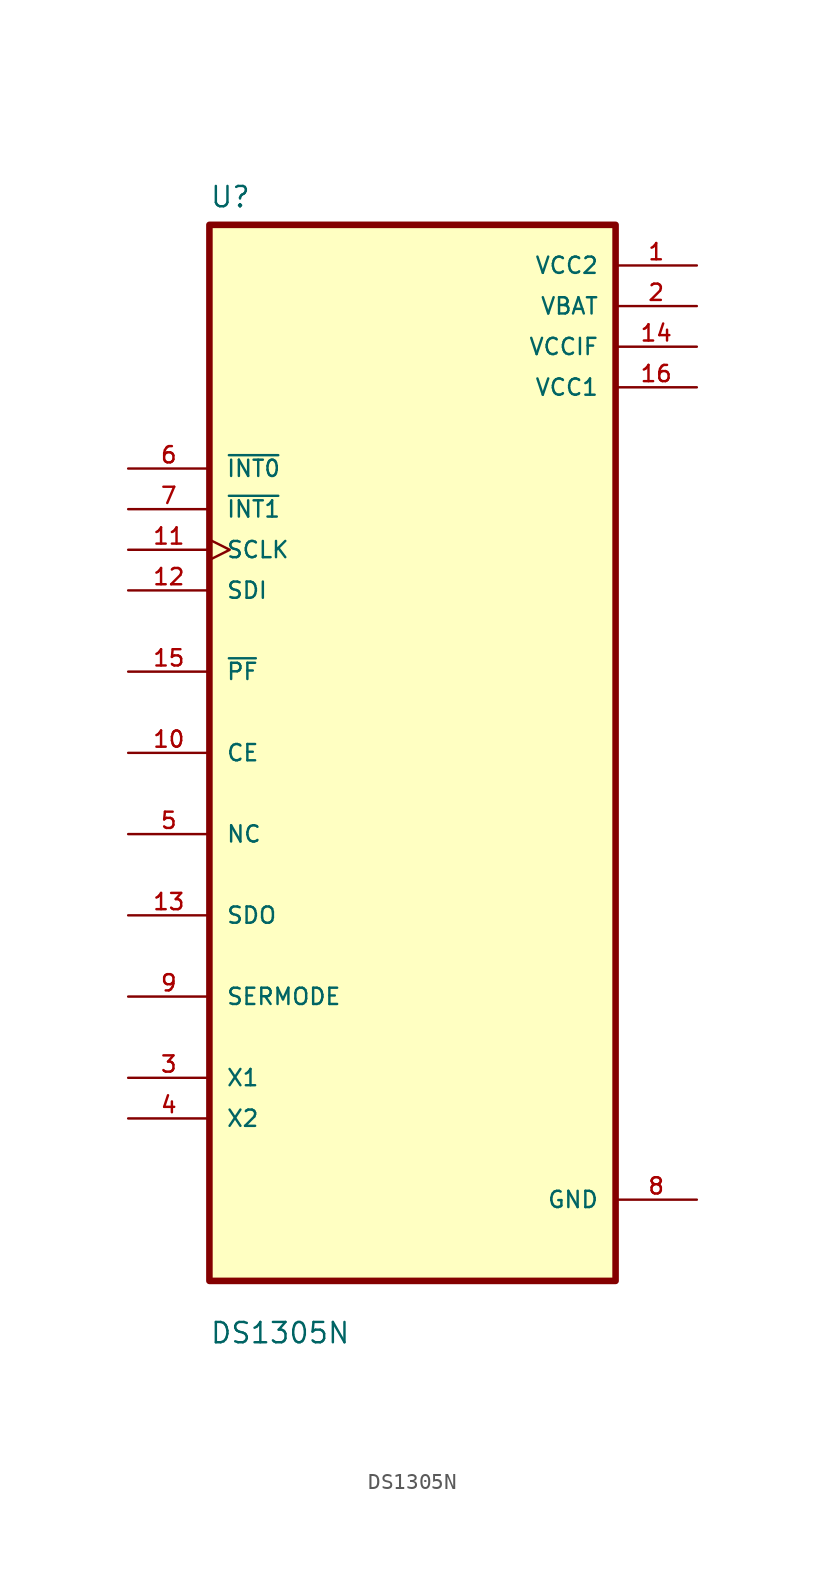
<source format=kicad_sym>
(kicad_symbol_lib
  (version 20211014)
  (generator kicad_symbol_editor)
  (symbol "DS1305N"
    (pin_names
      (offset 1.016))
    (property "Reference" "U"
      (at -12.7 34.02 0.0)
      (effects (font (size 1.27 1.27)) (justify bottom left)))
    (property "Value" "DS1305N"
      (at -12.7 -37.02 0.0)
      (effects (font (size 1.27 1.27)) (justify bottom left)))
    (symbol "DS1305N_0_0"
      (rectangle (start -12.7 -33.02) (end 12.7 33.02) (stroke (width 0.41)) (fill (type background)))
      (pin input line (at -17.78 17.78 0) (length 5.08) (name "~{INT0}" (effects (font (size 1.016 1.016)))) (number "6" (effects (font (size 1.016 1.016)))))
      (pin input line (at -17.78 15.24 0) (length 5.08) (name "~{INT1}" (effects (font (size 1.016 1.016)))) (number "7" (effects (font (size 1.016 1.016)))))
      (pin input clock (at -17.78 12.7 0) (length 5.08) (name "SCLK" (effects (font (size 1.016 1.016)))) (number "11" (effects (font (size 1.016 1.016)))))
      (pin input line (at -17.78 10.16 0) (length 5.08) (name "SDI" (effects (font (size 1.016 1.016)))) (number "12" (effects (font (size 1.016 1.016)))))
      (pin bidirectional line (at -17.78 5.08 0) (length 5.08) (name "~{PF}" (effects (font (size 1.016 1.016)))) (number "15" (effects (font (size 1.016 1.016)))))
      (pin bidirectional line (at -17.78 7.10543e-15 0) (length 5.08) (name "CE" (effects (font (size 1.016 1.016)))) (number "10" (effects (font (size 1.016 1.016)))))
      (pin bidirectional line (at -17.78 -5.08 0) (length 5.08) (name "NC" (effects (font (size 1.016 1.016)))) (number "5" (effects (font (size 1.016 1.016)))))
      (pin bidirectional line (at -17.78 -10.16 0) (length 5.08) (name "SDO" (effects (font (size 1.016 1.016)))) (number "13" (effects (font (size 1.016 1.016)))))
      (pin bidirectional line (at -17.78 -15.24 0) (length 5.08) (name "SERMODE" (effects (font (size 1.016 1.016)))) (number "9" (effects (font (size 1.016 1.016)))))
      (pin bidirectional line (at -17.78 -20.32 0) (length 5.08) (name "X1" (effects (font (size 1.016 1.016)))) (number "3" (effects (font (size 1.016 1.016)))))
      (pin bidirectional line (at -17.78 -22.86 0) (length 5.08) (name "X2" (effects (font (size 1.016 1.016)))) (number "4" (effects (font (size 1.016 1.016)))))
      (pin power_in line (at 17.78 30.48 180.0) (length 5.08) (name "VCC2" (effects (font (size 1.016 1.016)))) (number "1" (effects (font (size 1.016 1.016)))))
      (pin power_in line (at 17.78 27.94 180.0) (length 5.08) (name "VBAT" (effects (font (size 1.016 1.016)))) (number "2" (effects (font (size 1.016 1.016)))))
      (pin power_in line (at 17.78 25.4 180.0) (length 5.08) (name "VCCIF" (effects (font (size 1.016 1.016)))) (number "14" (effects (font (size 1.016 1.016)))))
      (pin power_in line (at 17.78 22.86 180.0) (length 5.08) (name "VCC1" (effects (font (size 1.016 1.016)))) (number "16" (effects (font (size 1.016 1.016)))))
      (pin power_in line (at 17.78 -27.94 180.0) (length 5.08) (name "GND" (effects (font (size 1.016 1.016)))) (number "8" (effects (font (size 1.016 1.016))))))))
</source>
